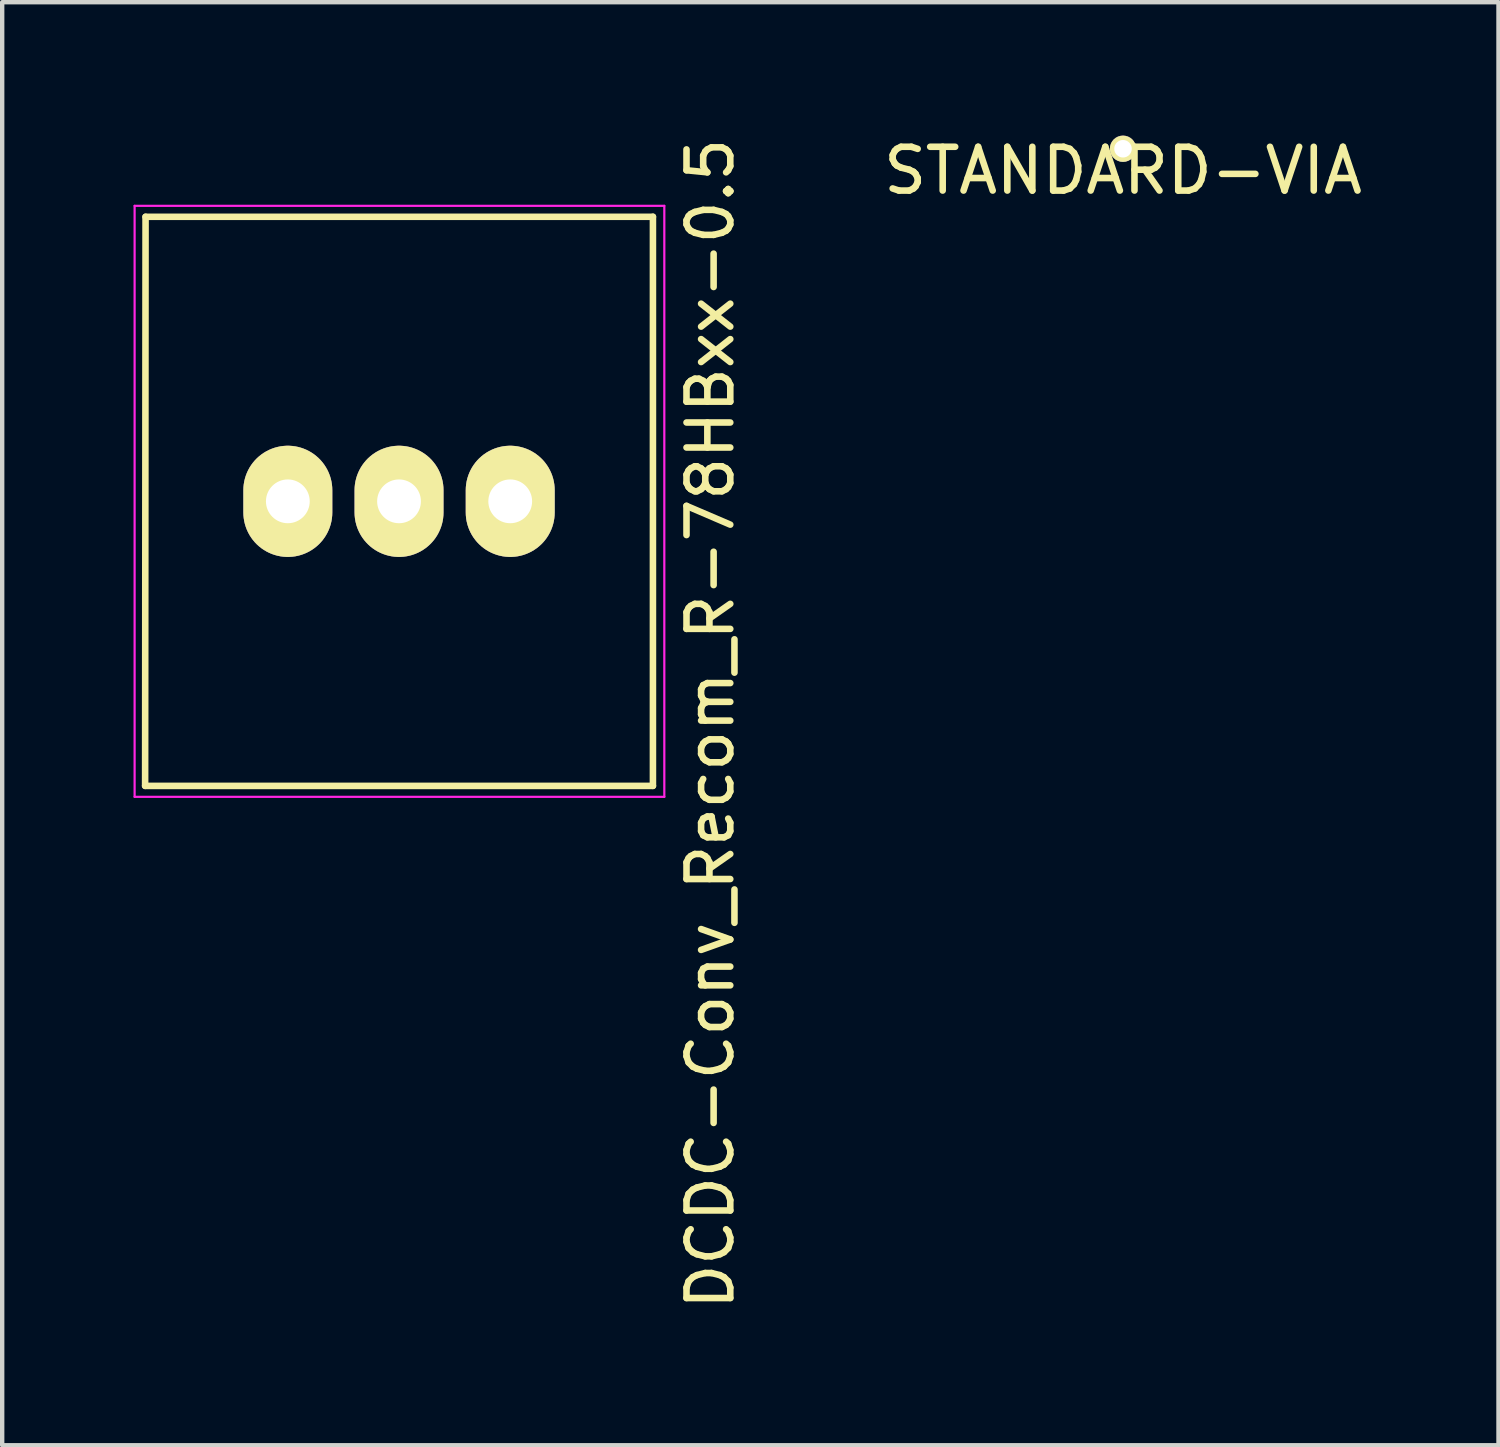
<source format=kicad_pcb>
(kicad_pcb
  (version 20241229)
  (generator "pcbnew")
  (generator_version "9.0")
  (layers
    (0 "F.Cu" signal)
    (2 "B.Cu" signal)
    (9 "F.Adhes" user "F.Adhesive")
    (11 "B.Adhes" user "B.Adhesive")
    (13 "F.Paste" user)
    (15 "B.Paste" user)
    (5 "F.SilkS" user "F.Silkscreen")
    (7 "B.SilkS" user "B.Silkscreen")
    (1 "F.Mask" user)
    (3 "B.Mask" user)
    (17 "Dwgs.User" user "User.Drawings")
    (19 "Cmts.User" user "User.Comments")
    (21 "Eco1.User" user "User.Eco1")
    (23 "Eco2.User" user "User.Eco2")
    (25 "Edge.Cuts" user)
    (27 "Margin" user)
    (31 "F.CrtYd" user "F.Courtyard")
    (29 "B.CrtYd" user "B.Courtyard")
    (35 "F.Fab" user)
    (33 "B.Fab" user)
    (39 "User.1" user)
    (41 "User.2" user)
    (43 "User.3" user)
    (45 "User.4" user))
  (footprint "STANDARD-VIA"
    (layer "F.Cu")
    (at 22.603 0.348)
    (property "Reference" "STANDARD-VIA" (at 0 0.5 0) (layer "F.SilkS") (effects (font (size 1 1) (thickness 0.15))))
    (attr through_hole)
    (pad "1" thru_hole circle (at 0 0) (size 0.6 0.6) (drill 0.4) (layers "*.Cu" "*.Mask" "F.SilkS")))
  (footprint "DCDC-Conv_Recom_R-78HBxx-0.5"
    (layer "F.Cu")
    (at 3.525 8.402)
    (property "Reference" "DCDC-Conv_Recom_R-78HBxx-0.5" (at 9.652 5.08 90) (layer "F.SilkS") (effects (font (size 1 1) (thickness 0.15))))
    (attr through_hole)
    (fp_line (start -3.26 6.5) (end -3.25 -6.5) (stroke (width 0.15) (type solid)) (layer "F.SilkS"))
    (fp_line (start -3.25 -6.5) (end 8.34 -6.5) (stroke (width 0.15) (type solid)) (layer "F.SilkS"))
    (fp_line (start 8.34 -6.5) (end 8.34 6.5) (stroke (width 0.15) (type solid)) (layer "F.SilkS"))
    (fp_line (start 8.34 6.5) (end -3.26 6.5) (stroke (width 0.15) (type solid)) (layer "F.SilkS"))
    (fp_line (start -3.5 -6.75) (end -3.5 6.75) (stroke (width 0.05) (type solid)) (layer "F.CrtYd"))
    (fp_line (start -3.5 6.75) (end 8.6 6.75) (stroke (width 0.05) (type solid)) (layer "F.CrtYd"))
    (fp_line (start 8.6 -6.75) (end -3.5 -6.75) (stroke (width 0.05) (type solid)) (layer "F.CrtYd"))
    (fp_line (start 8.6 -6.75) (end 8.6 6.75) (stroke (width 0.05) (type solid)) (layer "F.CrtYd"))
    (pad "1" thru_hole oval (at 0 0) (size 2.032 2.54) (drill 1) (layers "*.Cu" "*.Mask" "F.SilkS"))
    (pad "2" thru_hole oval (at 2.54 0) (size 2.032 2.54) (drill 1) (layers "*.Cu" "*.Mask" "F.SilkS"))
    (pad "3" thru_hole oval (at 5.08 0) (size 2.032 2.54) (drill 1) (layers "*.Cu" "*.Mask" "F.SilkS")))
  (gr_rect
    (start -3 -3)
    (end 31.18 29.964)
    (stroke (width 0.1) (type default))
    (fill no)
    (layer "Edge.Cuts")))
</source>
